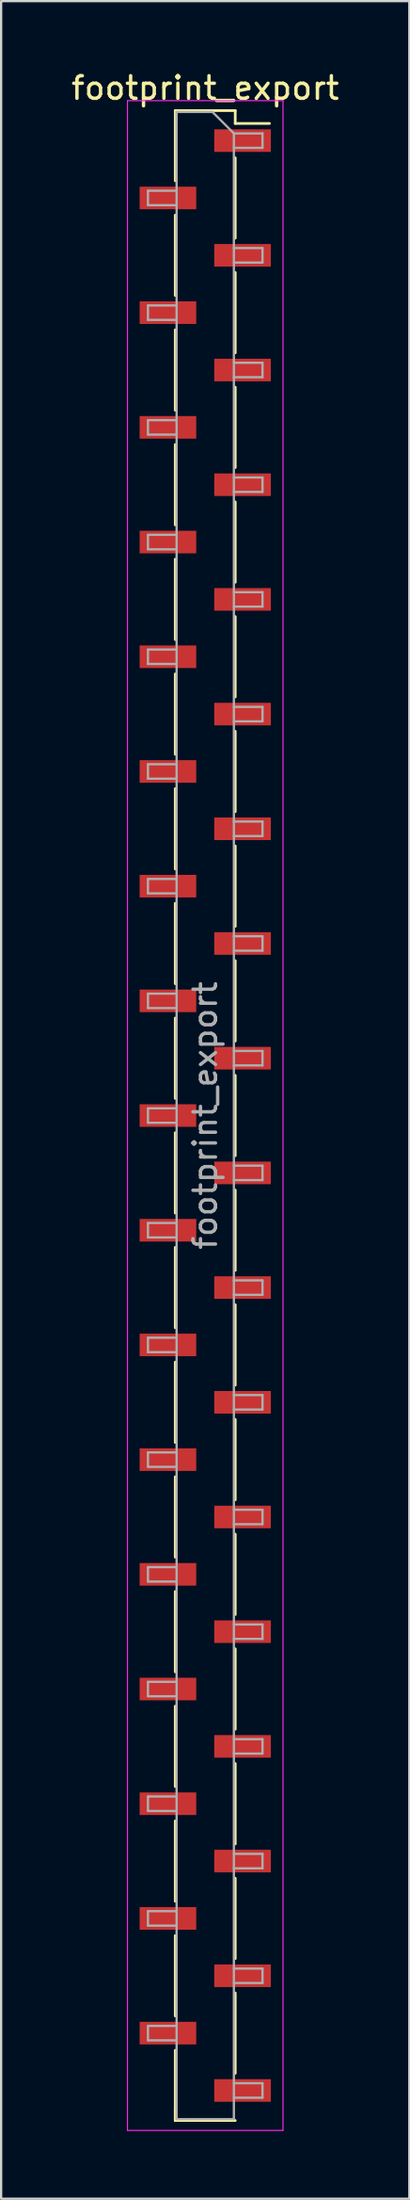
<source format=kicad_pcb>
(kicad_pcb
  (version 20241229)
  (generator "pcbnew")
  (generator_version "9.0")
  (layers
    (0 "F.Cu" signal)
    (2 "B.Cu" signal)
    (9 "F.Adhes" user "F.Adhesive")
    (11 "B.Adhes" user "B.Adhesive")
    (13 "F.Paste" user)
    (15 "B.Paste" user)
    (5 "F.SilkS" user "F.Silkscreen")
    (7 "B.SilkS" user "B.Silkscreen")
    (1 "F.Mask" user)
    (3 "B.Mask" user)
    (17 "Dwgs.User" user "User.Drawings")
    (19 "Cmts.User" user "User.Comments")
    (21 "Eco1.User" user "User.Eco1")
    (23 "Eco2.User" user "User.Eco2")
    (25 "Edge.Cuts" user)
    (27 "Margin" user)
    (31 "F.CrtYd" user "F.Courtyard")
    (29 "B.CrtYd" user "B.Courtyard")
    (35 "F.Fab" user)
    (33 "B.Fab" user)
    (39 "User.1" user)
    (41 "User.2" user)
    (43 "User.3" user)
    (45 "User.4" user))
  (footprint "footprint_export"
    (layer "F.Cu")
    (at 6.054 46.358)
    (property "Reference" "footprint_export" (at 0 -45.51 0) (layer "F.SilkS") (effects (font (size 1 1) (thickness 0.15))))
    (attr smd)
    (fp_line (start -1.33 -44.51) (end -1.33 -41.4) (stroke (width 0.12) (type solid)) (layer "F.SilkS"))
    (fp_line (start -1.33 -44.51) (end 1.33 -44.51) (stroke (width 0.12) (type solid)) (layer "F.SilkS"))
    (fp_line (start -1.33 -39.88) (end -1.33 -36.32) (stroke (width 0.12) (type solid)) (layer "F.SilkS"))
    (fp_line (start -1.33 -34.8) (end -1.33 -31.24) (stroke (width 0.12) (type solid)) (layer "F.SilkS"))
    (fp_line (start -1.33 -29.72) (end -1.33 -26.16) (stroke (width 0.12) (type solid)) (layer "F.SilkS"))
    (fp_line (start -1.33 -24.64) (end -1.33 -21.08) (stroke (width 0.12) (type solid)) (layer "F.SilkS"))
    (fp_line (start -1.33 -19.56) (end -1.33 -16) (stroke (width 0.12) (type solid)) (layer "F.SilkS"))
    (fp_line (start -1.33 -14.48) (end -1.33 -10.92) (stroke (width 0.12) (type solid)) (layer "F.SilkS"))
    (fp_line (start -1.33 -9.4) (end -1.33 -5.84) (stroke (width 0.12) (type solid)) (layer "F.SilkS"))
    (fp_line (start -1.33 -4.32) (end -1.33 -0.76) (stroke (width 0.12) (type solid)) (layer "F.SilkS"))
    (fp_line (start -1.33 0.76) (end -1.33 4.32) (stroke (width 0.12) (type solid)) (layer "F.SilkS"))
    (fp_line (start -1.33 5.84) (end -1.33 9.4) (stroke (width 0.12) (type solid)) (layer "F.SilkS"))
    (fp_line (start -1.33 10.92) (end -1.33 14.48) (stroke (width 0.12) (type solid)) (layer "F.SilkS"))
    (fp_line (start -1.33 16) (end -1.33 19.56) (stroke (width 0.12) (type solid)) (layer "F.SilkS"))
    (fp_line (start -1.33 21.08) (end -1.33 24.64) (stroke (width 0.12) (type solid)) (layer "F.SilkS"))
    (fp_line (start -1.33 26.16) (end -1.33 29.72) (stroke (width 0.12) (type solid)) (layer "F.SilkS"))
    (fp_line (start -1.33 31.24) (end -1.33 34.8) (stroke (width 0.12) (type solid)) (layer "F.SilkS"))
    (fp_line (start -1.33 36.32) (end -1.33 39.88) (stroke (width 0.12) (type solid)) (layer "F.SilkS"))
    (fp_line (start -1.33 41.4) (end -1.33 44.51) (stroke (width 0.12) (type solid)) (layer "F.SilkS"))
    (fp_line (start -1.33 43.94) (end -1.33 44.51) (stroke (width 0.12) (type solid)) (layer "F.SilkS"))
    (fp_line (start -1.33 44.51) (end 1.33 44.51) (stroke (width 0.12) (type solid)) (layer "F.SilkS"))
    (fp_line (start 1.33 -44.51) (end 1.33 -43.94) (stroke (width 0.12) (type solid)) (layer "F.SilkS"))
    (fp_line (start 1.33 -43.94) (end 2.85 -43.94) (stroke (width 0.12) (type solid)) (layer "F.SilkS"))
    (fp_line (start 1.33 -42.42) (end 1.33 -38.86) (stroke (width 0.12) (type solid)) (layer "F.SilkS"))
    (fp_line (start 1.33 -37.34) (end 1.33 -33.78) (stroke (width 0.12) (type solid)) (layer "F.SilkS"))
    (fp_line (start 1.33 -32.26) (end 1.33 -28.7) (stroke (width 0.12) (type solid)) (layer "F.SilkS"))
    (fp_line (start 1.33 -27.18) (end 1.33 -23.62) (stroke (width 0.12) (type solid)) (layer "F.SilkS"))
    (fp_line (start 1.33 -22.1) (end 1.33 -18.54) (stroke (width 0.12) (type solid)) (layer "F.SilkS"))
    (fp_line (start 1.33 -17.02) (end 1.33 -13.46) (stroke (width 0.12) (type solid)) (layer "F.SilkS"))
    (fp_line (start 1.33 -11.94) (end 1.33 -8.38) (stroke (width 0.12) (type solid)) (layer "F.SilkS"))
    (fp_line (start 1.33 -6.86) (end 1.33 -3.3) (stroke (width 0.12) (type solid)) (layer "F.SilkS"))
    (fp_line (start 1.33 -1.78) (end 1.33 1.78) (stroke (width 0.12) (type solid)) (layer "F.SilkS"))
    (fp_line (start 1.33 3.3) (end 1.33 6.86) (stroke (width 0.12) (type solid)) (layer "F.SilkS"))
    (fp_line (start 1.33 8.38) (end 1.33 11.94) (stroke (width 0.12) (type solid)) (layer "F.SilkS"))
    (fp_line (start 1.33 13.46) (end 1.33 17.02) (stroke (width 0.12) (type solid)) (layer "F.SilkS"))
    (fp_line (start 1.33 18.54) (end 1.33 22.1) (stroke (width 0.12) (type solid)) (layer "F.SilkS"))
    (fp_line (start 1.33 23.62) (end 1.33 27.18) (stroke (width 0.12) (type solid)) (layer "F.SilkS"))
    (fp_line (start 1.33 28.7) (end 1.33 32.26) (stroke (width 0.12) (type solid)) (layer "F.SilkS"))
    (fp_line (start 1.33 33.78) (end 1.33 37.34) (stroke (width 0.12) (type solid)) (layer "F.SilkS"))
    (fp_line (start 1.33 38.86) (end 1.33 42.42) (stroke (width 0.12) (type solid)) (layer "F.SilkS"))
    (fp_line (start -3.45 -44.95) (end -3.45 44.95) (stroke (width 0.05) (type solid)) (layer "F.CrtYd"))
    (fp_line (start -3.45 44.95) (end 3.45 44.95) (stroke (width 0.05) (type solid)) (layer "F.CrtYd"))
    (fp_line (start 3.45 -44.95) (end -3.45 -44.95) (stroke (width 0.05) (type solid)) (layer "F.CrtYd"))
    (fp_line (start 3.45 44.95) (end 3.45 -44.95) (stroke (width 0.05) (type solid)) (layer "F.CrtYd"))
    (fp_line (start -2.54 -40.96) (end -2.54 -40.32) (stroke (width 0.1) (type solid)) (layer "F.Fab"))
    (fp_line (start -2.54 -40.32) (end -1.27 -40.32) (stroke (width 0.1) (type solid)) (layer "F.Fab"))
    (fp_line (start -2.54 -35.88) (end -2.54 -35.24) (stroke (width 0.1) (type solid)) (layer "F.Fab"))
    (fp_line (start -2.54 -35.24) (end -1.27 -35.24) (stroke (width 0.1) (type solid)) (layer "F.Fab"))
    (fp_line (start -2.54 -30.8) (end -2.54 -30.16) (stroke (width 0.1) (type solid)) (layer "F.Fab"))
    (fp_line (start -2.54 -30.16) (end -1.27 -30.16) (stroke (width 0.1) (type solid)) (layer "F.Fab"))
    (fp_line (start -2.54 -25.72) (end -2.54 -25.08) (stroke (width 0.1) (type solid)) (layer "F.Fab"))
    (fp_line (start -2.54 -25.08) (end -1.27 -25.08) (stroke (width 0.1) (type solid)) (layer "F.Fab"))
    (fp_line (start -2.54 -20.64) (end -2.54 -20) (stroke (width 0.1) (type solid)) (layer "F.Fab"))
    (fp_line (start -2.54 -20) (end -1.27 -20) (stroke (width 0.1) (type solid)) (layer "F.Fab"))
    (fp_line (start -2.54 -15.56) (end -2.54 -14.92) (stroke (width 0.1) (type solid)) (layer "F.Fab"))
    (fp_line (start -2.54 -14.92) (end -1.27 -14.92) (stroke (width 0.1) (type solid)) (layer "F.Fab"))
    (fp_line (start -2.54 -10.48) (end -2.54 -9.84) (stroke (width 0.1) (type solid)) (layer "F.Fab"))
    (fp_line (start -2.54 -9.84) (end -1.27 -9.84) (stroke (width 0.1) (type solid)) (layer "F.Fab"))
    (fp_line (start -2.54 -5.4) (end -2.54 -4.76) (stroke (width 0.1) (type solid)) (layer "F.Fab"))
    (fp_line (start -2.54 -4.76) (end -1.27 -4.76) (stroke (width 0.1) (type solid)) (layer "F.Fab"))
    (fp_line (start -2.54 -0.32) (end -2.54 0.32) (stroke (width 0.1) (type solid)) (layer "F.Fab"))
    (fp_line (start -2.54 0.32) (end -1.27 0.32) (stroke (width 0.1) (type solid)) (layer "F.Fab"))
    (fp_line (start -2.54 4.76) (end -2.54 5.4) (stroke (width 0.1) (type solid)) (layer "F.Fab"))
    (fp_line (start -2.54 5.4) (end -1.27 5.4) (stroke (width 0.1) (type solid)) (layer "F.Fab"))
    (fp_line (start -2.54 9.84) (end -2.54 10.48) (stroke (width 0.1) (type solid)) (layer "F.Fab"))
    (fp_line (start -2.54 10.48) (end -1.27 10.48) (stroke (width 0.1) (type solid)) (layer "F.Fab"))
    (fp_line (start -2.54 14.92) (end -2.54 15.56) (stroke (width 0.1) (type solid)) (layer "F.Fab"))
    (fp_line (start -2.54 15.56) (end -1.27 15.56) (stroke (width 0.1) (type solid)) (layer "F.Fab"))
    (fp_line (start -2.54 20) (end -2.54 20.64) (stroke (width 0.1) (type solid)) (layer "F.Fab"))
    (fp_line (start -2.54 20.64) (end -1.27 20.64) (stroke (width 0.1) (type solid)) (layer "F.Fab"))
    (fp_line (start -2.54 25.08) (end -2.54 25.72) (stroke (width 0.1) (type solid)) (layer "F.Fab"))
    (fp_line (start -2.54 25.72) (end -1.27 25.72) (stroke (width 0.1) (type solid)) (layer "F.Fab"))
    (fp_line (start -2.54 30.16) (end -2.54 30.8) (stroke (width 0.1) (type solid)) (layer "F.Fab"))
    (fp_line (start -2.54 30.8) (end -1.27 30.8) (stroke (width 0.1) (type solid)) (layer "F.Fab"))
    (fp_line (start -2.54 35.24) (end -2.54 35.88) (stroke (width 0.1) (type solid)) (layer "F.Fab"))
    (fp_line (start -2.54 35.88) (end -1.27 35.88) (stroke (width 0.1) (type solid)) (layer "F.Fab"))
    (fp_line (start -2.54 40.32) (end -2.54 40.96) (stroke (width 0.1) (type solid)) (layer "F.Fab"))
    (fp_line (start -2.54 40.96) (end -1.27 40.96) (stroke (width 0.1) (type solid)) (layer "F.Fab"))
    (fp_line (start -1.27 -44.45) (end -1.27 44.45) (stroke (width 0.1) (type solid)) (layer "F.Fab"))
    (fp_line (start -1.27 -44.45) (end 0.32 -44.45) (stroke (width 0.1) (type solid)) (layer "F.Fab"))
    (fp_line (start -1.27 -40.96) (end -2.54 -40.96) (stroke (width 0.1) (type solid)) (layer "F.Fab"))
    (fp_line (start -1.27 -35.88) (end -2.54 -35.88) (stroke (width 0.1) (type solid)) (layer "F.Fab"))
    (fp_line (start -1.27 -30.8) (end -2.54 -30.8) (stroke (width 0.1) (type solid)) (layer "F.Fab"))
    (fp_line (start -1.27 -25.72) (end -2.54 -25.72) (stroke (width 0.1) (type solid)) (layer "F.Fab"))
    (fp_line (start -1.27 -20.64) (end -2.54 -20.64) (stroke (width 0.1) (type solid)) (layer "F.Fab"))
    (fp_line (start -1.27 -15.56) (end -2.54 -15.56) (stroke (width 0.1) (type solid)) (layer "F.Fab"))
    (fp_line (start -1.27 -10.48) (end -2.54 -10.48) (stroke (width 0.1) (type solid)) (layer "F.Fab"))
    (fp_line (start -1.27 -5.4) (end -2.54 -5.4) (stroke (width 0.1) (type solid)) (layer "F.Fab"))
    (fp_line (start -1.27 -0.32) (end -2.54 -0.32) (stroke (width 0.1) (type solid)) (layer "F.Fab"))
    (fp_line (start -1.27 4.76) (end -2.54 4.76) (stroke (width 0.1) (type solid)) (layer "F.Fab"))
    (fp_line (start -1.27 9.84) (end -2.54 9.84) (stroke (width 0.1) (type solid)) (layer "F.Fab"))
    (fp_line (start -1.27 14.92) (end -2.54 14.92) (stroke (width 0.1) (type solid)) (layer "F.Fab"))
    (fp_line (start -1.27 20) (end -2.54 20) (stroke (width 0.1) (type solid)) (layer "F.Fab"))
    (fp_line (start -1.27 25.08) (end -2.54 25.08) (stroke (width 0.1) (type solid)) (layer "F.Fab"))
    (fp_line (start -1.27 30.16) (end -2.54 30.16) (stroke (width 0.1) (type solid)) (layer "F.Fab"))
    (fp_line (start -1.27 35.24) (end -2.54 35.24) (stroke (width 0.1) (type solid)) (layer "F.Fab"))
    (fp_line (start -1.27 40.32) (end -2.54 40.32) (stroke (width 0.1) (type solid)) (layer "F.Fab"))
    (fp_line (start 1.27 -43.5) (end 0.32 -44.45) (stroke (width 0.1) (type solid)) (layer "F.Fab"))
    (fp_line (start 1.27 -43.5) (end 2.54 -43.5) (stroke (width 0.1) (type solid)) (layer "F.Fab"))
    (fp_line (start 1.27 -38.42) (end 2.54 -38.42) (stroke (width 0.1) (type solid)) (layer "F.Fab"))
    (fp_line (start 1.27 -33.34) (end 2.54 -33.34) (stroke (width 0.1) (type solid)) (layer "F.Fab"))
    (fp_line (start 1.27 -28.26) (end 2.54 -28.26) (stroke (width 0.1) (type solid)) (layer "F.Fab"))
    (fp_line (start 1.27 -23.18) (end 2.54 -23.18) (stroke (width 0.1) (type solid)) (layer "F.Fab"))
    (fp_line (start 1.27 -18.1) (end 2.54 -18.1) (stroke (width 0.1) (type solid)) (layer "F.Fab"))
    (fp_line (start 1.27 -13.02) (end 2.54 -13.02) (stroke (width 0.1) (type solid)) (layer "F.Fab"))
    (fp_line (start 1.27 -7.94) (end 2.54 -7.94) (stroke (width 0.1) (type solid)) (layer "F.Fab"))
    (fp_line (start 1.27 -2.86) (end 2.54 -2.86) (stroke (width 0.1) (type solid)) (layer "F.Fab"))
    (fp_line (start 1.27 2.22) (end 2.54 2.22) (stroke (width 0.1) (type solid)) (layer "F.Fab"))
    (fp_line (start 1.27 7.3) (end 2.54 7.3) (stroke (width 0.1) (type solid)) (layer "F.Fab"))
    (fp_line (start 1.27 12.38) (end 2.54 12.38) (stroke (width 0.1) (type solid)) (layer "F.Fab"))
    (fp_line (start 1.27 17.46) (end 2.54 17.46) (stroke (width 0.1) (type solid)) (layer "F.Fab"))
    (fp_line (start 1.27 22.54) (end 2.54 22.54) (stroke (width 0.1) (type solid)) (layer "F.Fab"))
    (fp_line (start 1.27 27.62) (end 2.54 27.62) (stroke (width 0.1) (type solid)) (layer "F.Fab"))
    (fp_line (start 1.27 32.7) (end 2.54 32.7) (stroke (width 0.1) (type solid)) (layer "F.Fab"))
    (fp_line (start 1.27 37.78) (end 2.54 37.78) (stroke (width 0.1) (type solid)) (layer "F.Fab"))
    (fp_line (start 1.27 42.86) (end 2.54 42.86) (stroke (width 0.1) (type solid)) (layer "F.Fab"))
    (fp_line (start 1.27 44.45) (end -1.27 44.45) (stroke (width 0.1) (type solid)) (layer "F.Fab"))
    (fp_line (start 1.27 44.45) (end 1.27 -43.5) (stroke (width 0.1) (type solid)) (layer "F.Fab"))
    (fp_line (start 2.54 -43.5) (end 2.54 -42.86) (stroke (width 0.1) (type solid)) (layer "F.Fab"))
    (fp_line (start 2.54 -42.86) (end 1.27 -42.86) (stroke (width 0.1) (type solid)) (layer "F.Fab"))
    (fp_line (start 2.54 -38.42) (end 2.54 -37.78) (stroke (width 0.1) (type solid)) (layer "F.Fab"))
    (fp_line (start 2.54 -37.78) (end 1.27 -37.78) (stroke (width 0.1) (type solid)) (layer "F.Fab"))
    (fp_line (start 2.54 -33.34) (end 2.54 -32.7) (stroke (width 0.1) (type solid)) (layer "F.Fab"))
    (fp_line (start 2.54 -32.7) (end 1.27 -32.7) (stroke (width 0.1) (type solid)) (layer "F.Fab"))
    (fp_line (start 2.54 -28.26) (end 2.54 -27.62) (stroke (width 0.1) (type solid)) (layer "F.Fab"))
    (fp_line (start 2.54 -27.62) (end 1.27 -27.62) (stroke (width 0.1) (type solid)) (layer "F.Fab"))
    (fp_line (start 2.54 -23.18) (end 2.54 -22.54) (stroke (width 0.1) (type solid)) (layer "F.Fab"))
    (fp_line (start 2.54 -22.54) (end 1.27 -22.54) (stroke (width 0.1) (type solid)) (layer "F.Fab"))
    (fp_line (start 2.54 -18.1) (end 2.54 -17.46) (stroke (width 0.1) (type solid)) (layer "F.Fab"))
    (fp_line (start 2.54 -17.46) (end 1.27 -17.46) (stroke (width 0.1) (type solid)) (layer "F.Fab"))
    (fp_line (start 2.54 -13.02) (end 2.54 -12.38) (stroke (width 0.1) (type solid)) (layer "F.Fab"))
    (fp_line (start 2.54 -12.38) (end 1.27 -12.38) (stroke (width 0.1) (type solid)) (layer "F.Fab"))
    (fp_line (start 2.54 -7.94) (end 2.54 -7.3) (stroke (width 0.1) (type solid)) (layer "F.Fab"))
    (fp_line (start 2.54 -7.3) (end 1.27 -7.3) (stroke (width 0.1) (type solid)) (layer "F.Fab"))
    (fp_line (start 2.54 -2.86) (end 2.54 -2.22) (stroke (width 0.1) (type solid)) (layer "F.Fab"))
    (fp_line (start 2.54 -2.22) (end 1.27 -2.22) (stroke (width 0.1) (type solid)) (layer "F.Fab"))
    (fp_line (start 2.54 2.22) (end 2.54 2.86) (stroke (width 0.1) (type solid)) (layer "F.Fab"))
    (fp_line (start 2.54 2.86) (end 1.27 2.86) (stroke (width 0.1) (type solid)) (layer "F.Fab"))
    (fp_line (start 2.54 7.3) (end 2.54 7.94) (stroke (width 0.1) (type solid)) (layer "F.Fab"))
    (fp_line (start 2.54 7.94) (end 1.27 7.94) (stroke (width 0.1) (type solid)) (layer "F.Fab"))
    (fp_line (start 2.54 12.38) (end 2.54 13.02) (stroke (width 0.1) (type solid)) (layer "F.Fab"))
    (fp_line (start 2.54 13.02) (end 1.27 13.02) (stroke (width 0.1) (type solid)) (layer "F.Fab"))
    (fp_line (start 2.54 17.46) (end 2.54 18.1) (stroke (width 0.1) (type solid)) (layer "F.Fab"))
    (fp_line (start 2.54 18.1) (end 1.27 18.1) (stroke (width 0.1) (type solid)) (layer "F.Fab"))
    (fp_line (start 2.54 22.54) (end 2.54 23.18) (stroke (width 0.1) (type solid)) (layer "F.Fab"))
    (fp_line (start 2.54 23.18) (end 1.27 23.18) (stroke (width 0.1) (type solid)) (layer "F.Fab"))
    (fp_line (start 2.54 27.62) (end 2.54 28.26) (stroke (width 0.1) (type solid)) (layer "F.Fab"))
    (fp_line (start 2.54 28.26) (end 1.27 28.26) (stroke (width 0.1) (type solid)) (layer "F.Fab"))
    (fp_line (start 2.54 32.7) (end 2.54 33.34) (stroke (width 0.1) (type solid)) (layer "F.Fab"))
    (fp_line (start 2.54 33.34) (end 1.27 33.34) (stroke (width 0.1) (type solid)) (layer "F.Fab"))
    (fp_line (start 2.54 37.78) (end 2.54 38.42) (stroke (width 0.1) (type solid)) (layer "F.Fab"))
    (fp_line (start 2.54 38.42) (end 1.27 38.42) (stroke (width 0.1) (type solid)) (layer "F.Fab"))
    (fp_line (start 2.54 42.86) (end 2.54 43.5) (stroke (width 0.1) (type solid)) (layer "F.Fab"))
    (fp_line (start 2.54 43.5) (end 1.27 43.5) (stroke (width 0.1) (type solid)) (layer "F.Fab"))
    (fp_text user "${REFERENCE}" (at 0 0 90) (layer "F.Fab") (effects (font (size 1 1) (thickness 0.15))))
    (pad "1" smd rect (at 1.655 -43.18) (size 2.51 1) (layers "F.Cu" "F.Mask" "F.Paste"))
    (pad "2" smd rect (at -1.655 -40.64) (size 2.51 1) (layers "F.Cu" "F.Mask" "F.Paste"))
    (pad "3" smd rect (at 1.655 -38.1) (size 2.51 1) (layers "F.Cu" "F.Mask" "F.Paste"))
    (pad "4" smd rect (at -1.655 -35.56) (size 2.51 1) (layers "F.Cu" "F.Mask" "F.Paste"))
    (pad "5" smd rect (at 1.655 -33.02) (size 2.51 1) (layers "F.Cu" "F.Mask" "F.Paste"))
    (pad "6" smd rect (at -1.655 -30.48) (size 2.51 1) (layers "F.Cu" "F.Mask" "F.Paste"))
    (pad "7" smd rect (at 1.655 -27.94) (size 2.51 1) (layers "F.Cu" "F.Mask" "F.Paste"))
    (pad "8" smd rect (at -1.655 -25.4) (size 2.51 1) (layers "F.Cu" "F.Mask" "F.Paste"))
    (pad "9" smd rect (at 1.655 -22.86) (size 2.51 1) (layers "F.Cu" "F.Mask" "F.Paste"))
    (pad "10" smd rect (at -1.655 -20.32) (size 2.51 1) (layers "F.Cu" "F.Mask" "F.Paste"))
    (pad "11" smd rect (at 1.655 -17.78) (size 2.51 1) (layers "F.Cu" "F.Mask" "F.Paste"))
    (pad "12" smd rect (at -1.655 -15.24) (size 2.51 1) (layers "F.Cu" "F.Mask" "F.Paste"))
    (pad "13" smd rect (at 1.655 -12.7) (size 2.51 1) (layers "F.Cu" "F.Mask" "F.Paste"))
    (pad "14" smd rect (at -1.655 -10.16) (size 2.51 1) (layers "F.Cu" "F.Mask" "F.Paste"))
    (pad "15" smd rect (at 1.655 -7.62) (size 2.51 1) (layers "F.Cu" "F.Mask" "F.Paste"))
    (pad "16" smd rect (at -1.655 -5.08) (size 2.51 1) (layers "F.Cu" "F.Mask" "F.Paste"))
    (pad "17" smd rect (at 1.655 -2.54) (size 2.51 1) (layers "F.Cu" "F.Mask" "F.Paste"))
    (pad "18" smd rect (at -1.655 0) (size 2.51 1) (layers "F.Cu" "F.Mask" "F.Paste"))
    (pad "19" smd rect (at 1.655 2.54) (size 2.51 1) (layers "F.Cu" "F.Mask" "F.Paste"))
    (pad "20" smd rect (at -1.655 5.08) (size 2.51 1) (layers "F.Cu" "F.Mask" "F.Paste"))
    (pad "21" smd rect (at 1.655 7.62) (size 2.51 1) (layers "F.Cu" "F.Mask" "F.Paste"))
    (pad "22" smd rect (at -1.655 10.16) (size 2.51 1) (layers "F.Cu" "F.Mask" "F.Paste"))
    (pad "23" smd rect (at 1.655 12.7) (size 2.51 1) (layers "F.Cu" "F.Mask" "F.Paste"))
    (pad "24" smd rect (at -1.655 15.24) (size 2.51 1) (layers "F.Cu" "F.Mask" "F.Paste"))
    (pad "25" smd rect (at 1.655 17.78) (size 2.51 1) (layers "F.Cu" "F.Mask" "F.Paste"))
    (pad "26" smd rect (at -1.655 20.32) (size 2.51 1) (layers "F.Cu" "F.Mask" "F.Paste"))
    (pad "27" smd rect (at 1.655 22.86) (size 2.51 1) (layers "F.Cu" "F.Mask" "F.Paste"))
    (pad "28" smd rect (at -1.655 25.4) (size 2.51 1) (layers "F.Cu" "F.Mask" "F.Paste"))
    (pad "29" smd rect (at 1.655 27.94) (size 2.51 1) (layers "F.Cu" "F.Mask" "F.Paste"))
    (pad "30" smd rect (at -1.655 30.48) (size 2.51 1) (layers "F.Cu" "F.Mask" "F.Paste"))
    (pad "31" smd rect (at 1.655 33.02) (size 2.51 1) (layers "F.Cu" "F.Mask" "F.Paste"))
    (pad "32" smd rect (at -1.655 35.56) (size 2.51 1) (layers "F.Cu" "F.Mask" "F.Paste"))
    (pad "33" smd rect (at 1.655 38.1) (size 2.51 1) (layers "F.Cu" "F.Mask" "F.Paste"))
    (pad "34" smd rect (at -1.655 40.64) (size 2.51 1) (layers "F.Cu" "F.Mask" "F.Paste"))
    (pad "35" smd rect (at 1.655 43.18) (size 2.51 1) (layers "F.Cu" "F.Mask" "F.Paste")))
  (gr_rect
    (start -3 -3)
    (end 15.107 94.333)
    (stroke (width 0.1) (type default))
    (fill no)
    (layer "Edge.Cuts")))
</source>
